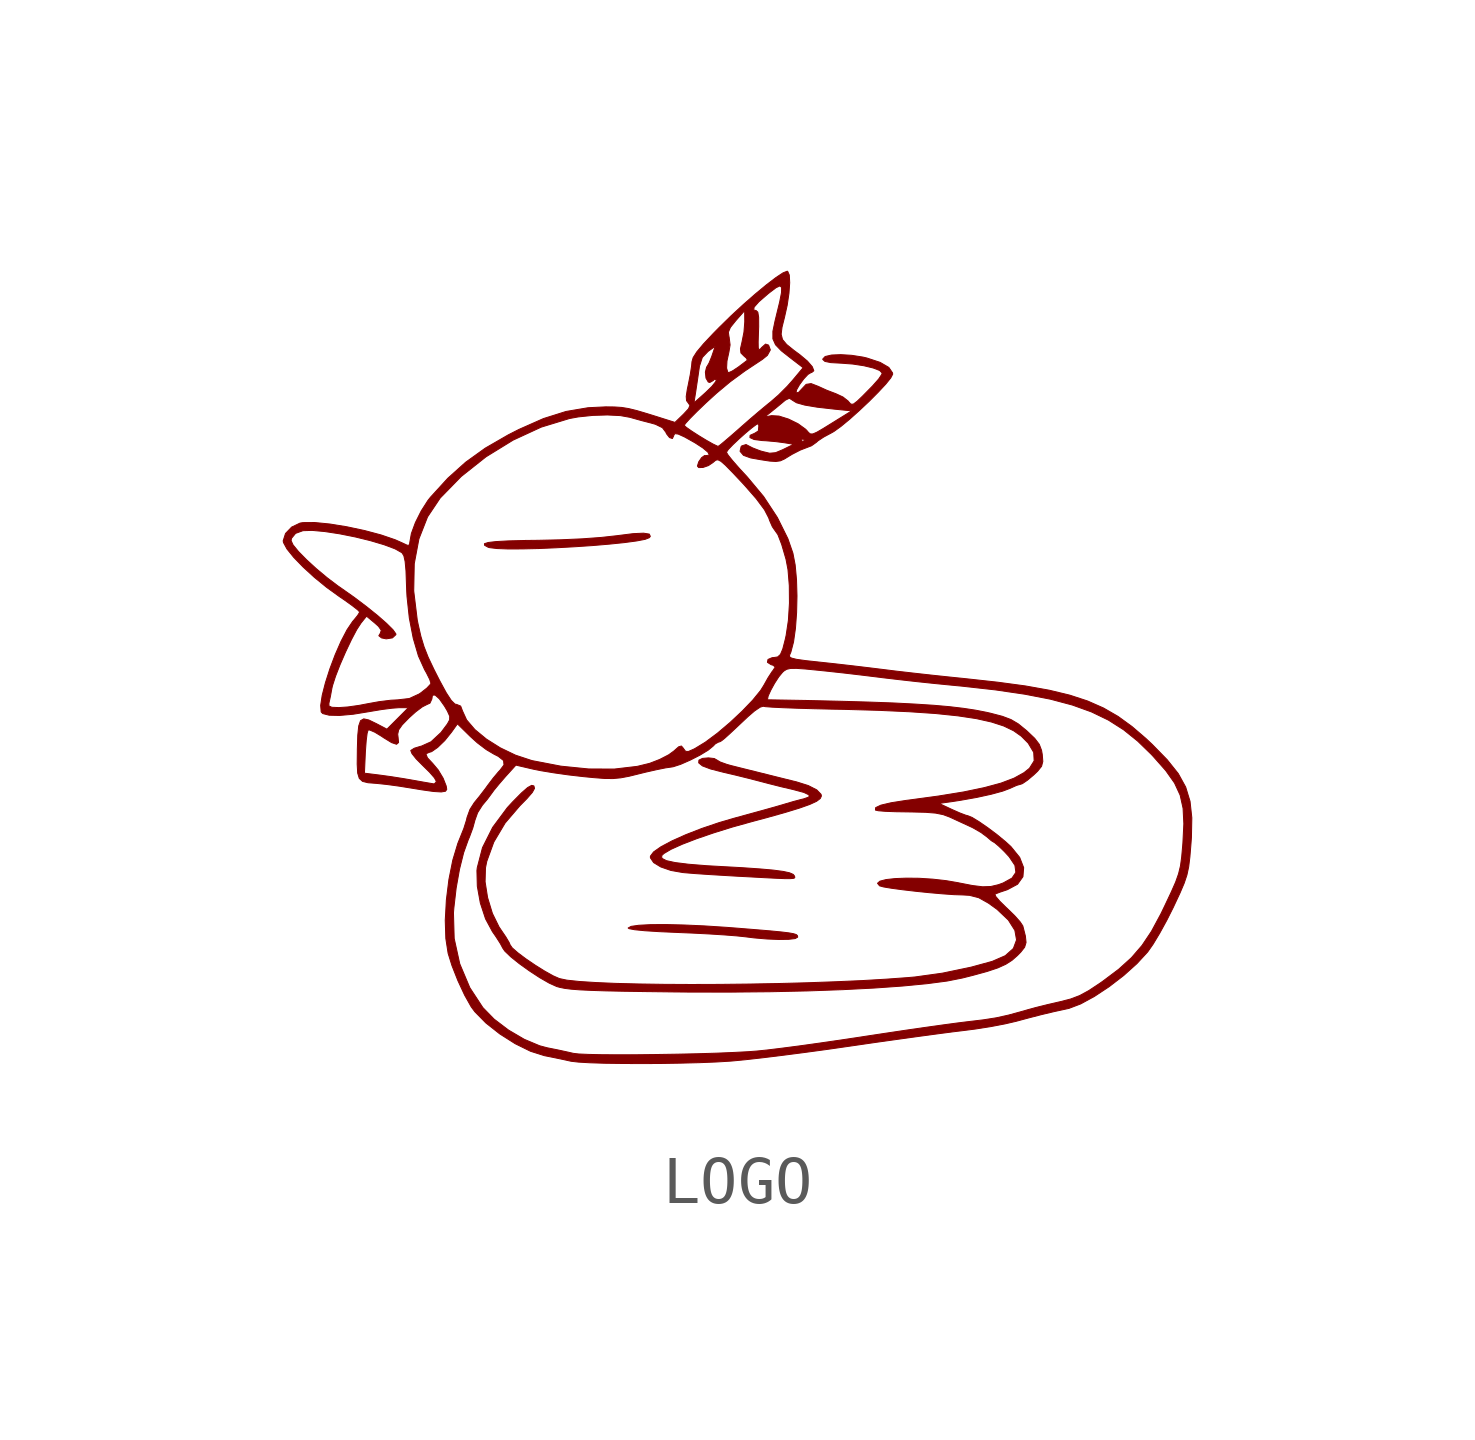
<source format=kicad_sym>
(kicad_symbol_lib
  (version 20220914)
  (generator bitmap2component)
  (symbol "LOGO"
    (pin_names
      (offset 1.016))
    (property "Reference" "#G"
      (at 0 8.986 0)
      (effects (font (size 1.27 1.27)) hide))
    (symbol "LOGO_0_0"
      (polyline (pts (xy -1.478 -7.249) (xy -1.067 -7.242) (xy -0.676 -7.232) (xy -0.324 -7.218) (xy -0.028 -7.2) (xy 0.01 -7.197) (xy 0.282 -7.171) (xy 0.638 -7.131) (xy 1.054 -7.08) (xy 1.509 -7.021) (xy 1.981 -6.957) (xy 2.446 -6.89) (xy 2.543 -6.876) (xy 3.004 -6.809) (xy 3.461 -6.745) (xy 3.893 -6.685) (xy 4.278 -6.633) (xy 4.596 -6.591) (xy 4.827 -6.563) (xy 5.071 -6.532) (xy 5.395 -6.481) (xy 5.694 -6.424) (xy 5.926 -6.37) (xy 6.186 -6.3) (xy 6.453 -6.231) (xy 6.709 -6.17) (xy 7.003 -6.106) (xy 7.029 -6.1) (xy 7.271 -6.008) (xy 7.557 -5.852) (xy 7.864 -5.649) (xy 8.167 -5.416) (xy 8.442 -5.169) (xy 8.666 -4.926) (xy 8.666 -4.926) (xy 8.779 -4.765) (xy 8.918 -4.534) (xy 9.066 -4.264) (xy 9.206 -3.986) (xy 9.217 -3.961) (xy 9.342 -3.694) (xy 9.428 -3.492) (xy 9.485 -3.321) (xy 9.522 -3.149) (xy 9.547 -2.944) (xy 9.569 -2.674) (xy 9.579 -2.538) (xy 9.587 -2.129) (xy 9.55 -1.787) (xy 9.459 -1.489) (xy 9.304 -1.208) (xy 9.074 -0.92) (xy 8.761 -0.6) (xy 8.627 -0.474) (xy 8.339 -0.227) (xy 8.05 -0.017) (xy 7.747 0.158) (xy 7.416 0.304) (xy 7.044 0.426) (xy 6.616 0.529) (xy 6.12 0.618) (xy 5.541 0.696) (xy 4.866 0.77) (xy 4.601 0.797) (xy 4.193 0.84) (xy 3.789 0.885) (xy 3.424 0.927) (xy 3.134 0.963) (xy 2.907 0.991) (xy 2.524 1.037) (xy 2.138 1.081) (xy 1.804 1.117) (xy 1.537 1.146) (xy 1.352 1.172) (xy 1.246 1.198) (xy 1.202 1.228) (xy 1.207 1.264) (xy 1.233 1.324) (xy 1.288 1.535) (xy 1.328 1.818) (xy 1.352 2.146) (xy 1.36 2.493) (xy 1.35 2.833) (xy 1.322 3.139) (xy 1.275 3.384) (xy 1.17 3.687) (xy 0.951 4.128) (xy 0.664 4.565) (xy 0.327 4.969) (xy 0.167 5.142) (xy 0.023 5.306) (xy -0.074 5.426) (xy -0.11 5.486) (xy -0.11 5.487) (xy -0.072 5.544) (xy 0.023 5.643) (xy 0.152 5.765) (xy 0.292 5.89) (xy 0.421 5.997) (xy 0.517 6.068) (xy 0.557 6.081) (xy 0.565 6.034) (xy 0.555 5.931) (xy 0.479 5.883) (xy 0.383 5.84) (xy 0.379 5.793) (xy 0.463 5.754) (xy 1.448 5.754) (xy 1.456 5.761) (xy 1.521 5.754) (xy 1.53 5.738) (xy 1.484 5.718) (xy 1.455 5.722) (xy 1.448 5.754) (xy 0.463 5.754) (xy 0.465 5.753) (xy 0.632 5.731) (xy 0.71 5.727) (xy 0.924 5.708) (xy 1.099 5.685) (xy 1.292 5.653) (xy 1.072 5.545) (xy 1.069 5.543) (xy 0.914 5.478) (xy 0.789 5.467) (xy 0.632 5.505) (xy 0.587 5.519) (xy 0.437 5.577) (xy 0.341 5.626) (xy 0.299 5.648) (xy 0.21 5.62) (xy 0.195 5.603) (xy 0.174 5.507) (xy 0.245 5.423) (xy 0.394 5.369) (xy 0.603 5.332) (xy 0.792 5.303) (xy 0.92 5.295) (xy 1.013 5.308) (xy 1.097 5.346) (xy 1.198 5.408) (xy 1.261 5.446) (xy 1.428 5.532) (xy 1.56 5.583) (xy 1.662 5.622) (xy 1.762 5.693) (xy 1.797 5.725) (xy 1.918 5.805) (xy 2.077 5.89) (xy 2.128 5.919) (xy 2.274 6.024) (xy 2.457 6.175) (xy 2.659 6.356) (xy 2.863 6.548) (xy 3.051 6.737) (xy 3.208 6.905) (xy 3.314 7.036) (xy 3.354 7.114) (xy 3.351 7.141) (xy 3.273 7.255) (xy 3.092 7.36) (xy 2.816 7.451) (xy 2.735 7.47) (xy 2.499 7.507) (xy 2.272 7.521) (xy 2.08 7.513) (xy 1.947 7.482) (xy 1.897 7.429) (xy 1.898 7.42) (xy 1.942 7.38) (xy 2.065 7.355) (xy 2.282 7.343) (xy 2.284 7.343) (xy 2.523 7.325) (xy 2.753 7.29) (xy 2.948 7.243) (xy 3.083 7.191) (xy 3.134 7.138) (xy 3.126 7.109) (xy 3.063 7.014) (xy 2.932 6.866) (xy 2.724 6.655) (xy 2.614 6.55) (xy 2.533 6.489) (xy 2.481 6.49) (xy 2.435 6.542) (xy 2.426 6.554) (xy 2.317 6.639) (xy 2.166 6.709) (xy 2.157 6.712) (xy 1.979 6.78) (xy 1.823 6.851) (xy 1.804 6.86) (xy 1.654 6.918) (xy 1.551 6.902) (xy 1.461 6.807) (xy 1.394 6.735) (xy 1.341 6.723) (xy 1.339 6.724) (xy 1.351 6.787) (xy 1.412 6.894) (xy 1.499 7.013) (xy 1.587 7.108) (xy 1.652 7.147) (xy 1.665 7.148) (xy 1.711 7.185) (xy 1.679 7.269) (xy 1.577 7.387) (xy 1.416 7.522) (xy 1.299 7.608) (xy 1.144 7.733) (xy 1.058 7.836) (xy 1.03 7.946) (xy 1.048 8.092) (xy 1.101 8.304) (xy 1.156 8.551) (xy 1.193 8.801) (xy 1.208 9.019) (xy 1.2 9.179) (xy 1.166 9.257) (xy 1.155 9.259) (xy 1.069 9.225) (xy 0.921 9.127) (xy 0.726 8.978) (xy 0.496 8.788) (xy 0.246 8.569) (xy -0.01 8.333) (xy -0.259 8.089) (xy -0.382 7.964) (xy -0.589 7.744) (xy -0.727 7.579) (xy -0.803 7.46) (xy -0.828 7.374) (xy -0.836 7.284) (xy -0.864 7.103) (xy -0.904 6.9) (xy -0.925 6.801) (xy -0.948 6.649) (xy -0.941 6.562) (xy -0.906 6.515) (xy -0.787 6.515) (xy -0.748 6.762) (xy -0.742 6.802) (xy -0.708 7.03) (xy -0.677 7.245) (xy -0.673 7.277) (xy -0.613 7.462) (xy -0.494 7.587) (xy -0.344 7.695) (xy -0.409 7.505) (xy -0.417 7.481) (xy -0.47 7.35) (xy -0.512 7.277) (xy -0.523 7.262) (xy -0.529 7.239) (xy -0.107 7.239) (xy -0.099 7.388) (xy -0.058 7.577) (xy -0.034 7.724) (xy -0.054 7.888) (xy -0.057 7.895) (xy -0.07 7.988) (xy -0.028 8.088) (xy 0.084 8.228) (xy 0.27 8.439) (xy 0.272 8.219) (xy 0.272 8.203) (xy 0.255 7.99) (xy 0.214 7.783) (xy 0.182 7.643) (xy 0.192 7.556) (xy 0.252 7.495) (xy 0.307 7.447) (xy 0.326 7.405) (xy 0.322 7.402) (xy 0.255 7.351) (xy 0.144 7.267) (xy 0.124 7.253) (xy 0.009 7.178) (xy -0.062 7.147) (xy -0.082 7.156) (xy -0.107 7.239) (xy -0.529 7.239) (xy -0.549 7.157) (xy -0.536 7.032) (xy -0.489 6.951) (xy -0.457 6.941) (xy -0.386 6.981) (xy -0.362 7.008) (xy -0.319 7.002) (xy -0.334 6.957) (xy -0.414 6.858) (xy -0.54 6.735) (xy -0.787 6.515) (xy -0.906 6.515) (xy -0.902 6.51) (xy -0.871 6.463) (xy -0.9 6.393) (xy -1.005 6.28) (xy -1.182 6.109) (xy -1.539 6.222) (xy -1.75 6.288) (xy -1.976 6.355) (xy -2.147 6.397) (xy -2.293 6.421) (xy -2.443 6.431) (xy -2.626 6.433) (xy -2.993 6.415) (xy -3.453 6.337) (xy -3.923 6.189) (xy -4.433 5.963) (xy -4.657 5.849) (xy -5.135 5.573) (xy -5.544 5.279) (xy -5.915 4.946) (xy -6.277 4.55) (xy -6.33 4.483) (xy -6.47 4.264) (xy -6.591 4.022) (xy -6.675 3.794) (xy -6.707 3.614) (xy -6.715 3.555) (xy -6.758 3.548) (xy -6.867 3.599) (xy -7.013 3.664) (xy -7.306 3.764) (xy -7.651 3.856) (xy -8.017 3.934) (xy -8.374 3.992) (xy -8.69 4.023) (xy -8.934 4.021) (xy -8.995 4.011) (xy -9.169 3.928) (xy -9.297 3.795) (xy -9.345 3.645) (xy -9.181 3.645) (xy -9.173 3.693) (xy -9.088 3.797) (xy -8.934 3.853) (xy -8.743 3.859) (xy -8.48 3.835) (xy -8.172 3.788) (xy -7.847 3.723) (xy -7.529 3.645) (xy -7.243 3.56) (xy -7.016 3.475) (xy -6.872 3.394) (xy -6.872 3.394) (xy -6.832 3.332) (xy -6.805 3.211) (xy -6.787 3.015) (xy -6.777 2.726) (xy -6.772 2.597) (xy -6.626 2.597) (xy -6.615 3.164) (xy -6.518 3.681) (xy -6.338 4.14) (xy -6.075 4.533) (xy -5.637 4.982) (xy -5.12 5.392) (xy -4.555 5.74) (xy -3.968 6.011) (xy -3.381 6.19) (xy -3.195 6.224) (xy -2.895 6.255) (xy -2.591 6.264) (xy -2.321 6.251) (xy -2.121 6.215) (xy -2.066 6.199) (xy -1.883 6.148) (xy -1.686 6.097) (xy -1.59 6.07) (xy -1.543 6.047) (xy -0.99 6.047) (xy -0.961 6.09) (xy -0.866 6.194) (xy -0.721 6.34) (xy -0.541 6.513) (xy -0.316 6.718) (xy -0.031 6.956) (xy 0.274 7.18) (xy 0.639 7.422) (xy 0.743 7.506) (xy 0.805 7.62) (xy 0.768 7.72) (xy 0.705 7.741) (xy 0.624 7.67) (xy 0.599 7.64) (xy 0.568 7.621) (xy 0.553 7.664) (xy 0.551 7.784) (xy 0.558 7.999) (xy 0.562 8.105) (xy 0.561 8.3) (xy 0.544 8.406) (xy 0.509 8.439) (xy 0.458 8.452) (xy 0.467 8.511) (xy 0.565 8.622) (xy 0.754 8.786) (xy 0.794 8.818) (xy 0.922 8.915) (xy 1.003 8.953) (xy 1.04 8.924) (xy 1.038 8.816) (xy 1 8.622) (xy 0.929 8.331) (xy 0.903 8.225) (xy 0.858 8.007) (xy 0.858 7.851) (xy 0.913 7.727) (xy 1.033 7.602) (xy 1.23 7.447) (xy 1.488 7.249) (xy 1.263 6.98) (xy 1.158 6.862) (xy 0.975 6.679) (xy 0.807 6.533) (xy 0.744 6.483) (xy 0.572 6.34) (xy 0.435 6.223) (xy 0.688 6.223) (xy 0.825 6.332) (xy 0.946 6.43) (xy 1.082 6.543) (xy 1.12 6.574) (xy 1.201 6.612) (xy 1.262 6.574) (xy 1.263 6.572) (xy 1.351 6.518) (xy 1.521 6.47) (xy 1.782 6.426) (xy 2.144 6.385) (xy 2.501 6.35) (xy 2.199 6.163) (xy 2.109 6.107) (xy 1.907 5.982) (xy 1.775 5.905) (xy 1.692 5.869) (xy 1.642 5.868) (xy 1.604 5.895) (xy 1.561 5.945) (xy 1.538 5.968) (xy 1.381 6.082) (xy 1.183 6.179) (xy 0.985 6.241) (xy 0.831 6.25) (xy 0.688 6.223) (xy 0.435 6.223) (xy 0.366 6.164) (xy 0.158 5.981) (xy 0.031 5.869) (xy -0.125 5.735) (xy -0.235 5.643) (xy -0.282 5.61) (xy -0.297 5.614) (xy -0.389 5.658) (xy -0.529 5.737) (xy -0.687 5.833) (xy -0.836 5.929) (xy -0.946 6.006) (xy -0.99 6.047) (xy -1.543 6.047) (xy -1.444 5.999) (xy -1.371 5.902) (xy -1.359 5.873) (xy -1.296 5.793) (xy -1.236 5.773) (xy -1.21 5.828) (xy -1.209 5.836) (xy -1.186 5.875) (xy -1.115 5.866) (xy -0.981 5.805) (xy -0.771 5.687) (xy -0.756 5.678) (xy -0.6 5.576) (xy -0.497 5.49) (xy -0.47 5.439) (xy -0.482 5.424) (xy -0.551 5.416) (xy -0.565 5.419) (xy -0.627 5.375) (xy -0.687 5.288) (xy -0.715 5.199) (xy -0.688 5.168) (xy -0.599 5.17) (xy -0.486 5.209) (xy -0.387 5.276) (xy -0.377 5.285) (xy -0.333 5.322) (xy -0.286 5.33) (xy -0.224 5.298) (xy -0.13 5.216) (xy 0.009 5.074) (xy 0.209 4.862) (xy 0.262 4.805) (xy 0.512 4.519) (xy 0.683 4.289) (xy 0.771 4.12) (xy 0.789 4.067) (xy 0.847 3.935) (xy 0.893 3.868) (xy 0.895 3.866) (xy 0.962 3.771) (xy 1.041 3.567) (xy 1.132 3.255) (xy 1.173 3.038) (xy 1.2 2.708) (xy 1.203 2.343) (xy 1.181 1.984) (xy 1.134 1.672) (xy 1.114 1.582) (xy 1.064 1.388) (xy 1.016 1.275) (xy 0.958 1.222) (xy 0.88 1.21) (xy 0.843 1.207) (xy 0.756 1.17) (xy 0.744 1.11) (xy 0.821 1.061) (xy 0.86 1.05) (xy 0.907 1.013) (xy 0.861 0.941) (xy 0.84 0.915) (xy 0.758 0.789) (xy 0.67 0.632) (xy 0.602 0.523) (xy 0.437 0.321) (xy 0.217 0.092) (xy -0.035 -0.144) (xy -0.297 -0.366) (xy -0.548 -0.553) (xy -0.764 -0.685) (xy -0.791 -0.699) (xy -0.903 -0.748) (xy -0.961 -0.745) (xy -1.004 -0.688) (xy -1.006 -0.683) (xy -1.048 -0.634) (xy -1.105 -0.65) (xy -1.207 -0.74) (xy -1.313 -0.817) (xy -1.501 -0.914) (xy -1.71 -0.995) (xy -1.969 -1.058) (xy -2.446 -1.114) (xy -2.982 -1.112) (xy -3.558 -1.054) (xy -4.151 -0.94) (xy -4.177 -0.933) (xy -4.504 -0.825) (xy -4.822 -0.672) (xy -5.111 -0.49) (xy -5.352 -0.291) (xy -5.524 -0.09) (xy -5.61 0.098) (xy -5.648 0.198) (xy -5.73 0.232) (xy -5.767 0.24) (xy -5.844 0.316) (xy -5.948 0.475) (xy -6.085 0.727) (xy -6.205 0.963) (xy -6.326 1.218) (xy -6.412 1.437) (xy -6.477 1.652) (xy -6.533 1.897) (xy -6.552 1.989) (xy -6.626 2.597) (xy -6.772 2.597) (xy -6.766 2.483) (xy -6.718 2.034) (xy -6.636 1.611) (xy -6.528 1.243) (xy -6.399 0.957) (xy -6.359 0.887) (xy -6.293 0.754) (xy -6.268 0.676) (xy -6.277 0.653) (xy -6.352 0.573) (xy -6.477 0.475) (xy -6.513 0.45) (xy -6.718 0.356) (xy -6.958 0.328) (xy -7.105 0.32) (xy -7.348 0.29) (xy -7.587 0.247) (xy -7.764 0.213) (xy -7.997 0.18) (xy -8.182 0.167) (xy -8.186 0.167) (xy -8.332 0.173) (xy -8.393 0.201) (xy -8.393 0.261) (xy -8.389 0.275) (xy -8.361 0.405) (xy -8.331 0.569) (xy -8.318 0.625) (xy -8.256 0.818) (xy -8.161 1.062) (xy -8.046 1.326) (xy -7.926 1.579) (xy -7.814 1.791) (xy -7.724 1.929) (xy -7.609 2.072) (xy -7.434 1.926) (xy -7.361 1.861) (xy -7.302 1.777) (xy -7.322 1.716) (xy -7.353 1.664) (xy -7.297 1.619) (xy -7.199 1.599) (xy -7.07 1.619) (xy -6.997 1.687) (xy -6.999 1.704) (xy -7.059 1.789) (xy -7.191 1.92) (xy -7.378 2.084) (xy -7.608 2.269) (xy -7.866 2.464) (xy -8.137 2.655) (xy -8.204 2.701) (xy -8.431 2.873) (xy -8.656 3.061) (xy -8.86 3.248) (xy -9.027 3.418) (xy -9.14 3.556) (xy -9.181 3.645) (xy -9.345 3.645) (xy -9.346 3.641) (xy -9.34 3.606) (xy -9.268 3.473) (xy -9.127 3.298) (xy -8.932 3.097) (xy -8.699 2.883) (xy -8.442 2.673) (xy -8.178 2.482) (xy -8.075 2.412) (xy -7.909 2.293) (xy -7.795 2.204) (xy -7.752 2.159) (xy -7.753 2.155) (xy -7.794 2.087) (xy -7.88 1.982) (xy -7.898 1.962) (xy -8.016 1.787) (xy -8.14 1.549) (xy -8.262 1.27) (xy -8.373 0.975) (xy -8.466 0.684) (xy -8.533 0.422) (xy -8.565 0.212) (xy -8.554 0.076) (xy -8.521 0.042) (xy -8.388 0.008) (xy -8.172 0.003) (xy -7.888 0.028) (xy -7.551 0.083) (xy -7.523 0.088) (xy -7.288 0.127) (xy -7.076 0.154) (xy -6.928 0.165) (xy -6.737 0.165) (xy -6.96 -0.059) (xy -7.184 -0.283) (xy -7.413 -0.163) (xy -7.414 -0.163) (xy -7.563 -0.091) (xy -7.667 -0.068) (xy -7.734 -0.106) (xy -7.772 -0.216) (xy -7.792 -0.411) (xy -7.801 -0.705) (xy -7.801 -0.736) (xy -7.804 -1.011) (xy -7.794 -1.195) (xy -7.793 -1.2) (xy -7.653 -1.2) (xy -7.634 -0.769) (xy -7.631 -0.721) (xy -7.616 -0.52) (xy -7.597 -0.37) (xy -7.577 -0.301) (xy -7.541 -0.301) (xy -7.435 -0.347) (xy -7.292 -0.434) (xy -7.261 -0.456) (xy -7.087 -0.563) (xy -6.984 -0.598) (xy -6.942 -0.561) (xy -6.952 -0.453) (xy -6.96 -0.388) (xy -6.94 -0.298) (xy -6.866 -0.193) (xy -6.723 -0.046) (xy -6.584 0.079) (xy -6.445 0.183) (xy -6.35 0.231) (xy -6.288 0.259) (xy -6.248 0.346) (xy -6.236 0.425) (xy -6.18 0.428) (xy -6.092 0.349) (xy -5.984 0.196) (xy -5.925 0.096) (xy -5.876 -0.012) (xy -5.878 -0.09) (xy -5.924 -0.174) (xy -6.057 -0.352) (xy -6.266 -0.546) (xy -6.47 -0.638) (xy -6.483 -0.64) (xy -6.614 -0.68) (xy -6.687 -0.726) (xy -6.688 -0.727) (xy -6.663 -0.791) (xy -6.574 -0.903) (xy -6.439 -1.039) (xy -6.435 -1.043) (xy -6.295 -1.181) (xy -6.195 -1.296) (xy -6.158 -1.364) (xy -6.16 -1.386) (xy -6.199 -1.424) (xy -6.2 -1.424) (xy -6.277 -1.411) (xy -6.429 -1.385) (xy -6.625 -1.35) (xy -6.827 -1.315) (xy -7.099 -1.272) (xy -7.332 -1.24) (xy -7.653 -1.2) (xy -7.793 -1.2) (xy -7.76 -1.309) (xy -7.692 -1.371) (xy -7.579 -1.399) (xy -7.413 -1.412) (xy -7.378 -1.415) (xy -7.181 -1.436) (xy -6.931 -1.47) (xy -6.676 -1.511) (xy -6.464 -1.546) (xy -6.215 -1.581) (xy -6.053 -1.591) (xy -5.964 -1.576) (xy -5.938 -1.538) (xy -5.949 -1.468) (xy -6.013 -1.305) (xy -6.117 -1.132) (xy -6.233 -0.994) (xy -6.341 -0.879) (xy -6.372 -0.797) (xy -6.309 -0.768) (xy -6.253 -0.751) (xy -6.127 -0.663) (xy -5.98 -0.521) (xy -5.84 -0.347) (xy -5.715 -0.172) (xy -5.446 -0.436) (xy -5.301 -0.567) (xy -5.114 -0.709) (xy -4.954 -0.804) (xy -4.863 -0.85) (xy -4.754 -0.937) (xy -4.745 -1.028) (xy -4.829 -1.139) (xy -4.863 -1.175) (xy -4.971 -1.304) (xy -5.087 -1.457) (xy -5.13 -1.517) (xy -5.257 -1.683) (xy -5.364 -1.814) (xy -5.454 -1.955) (xy -5.516 -2.126) (xy -5.526 -2.174) (xy -5.582 -2.352) (xy -5.657 -2.539) (xy -5.707 -2.663) (xy -5.812 -3.012) (xy -5.893 -3.416) (xy -5.946 -3.844) (xy -5.96 -4.11) (xy -5.798 -4.11) (xy -5.79 -4.011) (xy -5.742 -3.595) (xy -5.672 -3.201) (xy -5.586 -2.857) (xy -5.492 -2.594) (xy -5.466 -2.534) (xy -5.395 -2.342) (xy -5.351 -2.181) (xy -5.295 -2.024) (xy -5.197 -1.869) (xy -5.091 -1.742) (xy -4.998 -1.616) (xy -4.953 -1.554) (xy -4.841 -1.418) (xy -4.709 -1.266) (xy -4.497 -1.032) (xy -4.132 -1.117) (xy -3.972 -1.149) (xy -3.705 -1.193) (xy -3.401 -1.236) (xy -3.097 -1.271) (xy -2.883 -1.292) (xy -2.652 -1.31) (xy -2.473 -1.312) (xy -2.313 -1.297) (xy -2.138 -1.264) (xy -1.915 -1.209) (xy -1.794 -1.179) (xy -1.564 -1.127) (xy -1.377 -1.089) (xy -1.264 -1.073) (xy -1.22 -1.066) (xy -1.063 -1.015) (xy -0.865 -0.928) (xy -0.663 -0.825) (xy -0.492 -0.721) (xy -0.389 -0.637) (xy -0.34 -0.587) (xy -0.271 -0.55) (xy -0.249 -0.546) (xy -0.212 -0.525) (xy -0.15 -0.476) (xy -0.05 -0.386) (xy 0.103 -0.243) (xy 0.322 -0.037) (xy 0.331 -0.028) (xy 0.476 0.097) (xy 0.593 0.176) (xy 0.656 0.195) (xy 0.704 0.186) (xy 0.851 0.175) (xy 1.079 0.164) (xy 1.374 0.153) (xy 1.72 0.143) (xy 2.101 0.134) (xy 2.334 0.13) (xy 3.07 0.109) (xy 3.706 0.08) (xy 4.25 0.043) (xy 4.711 -0.005) (xy 5.096 -0.063) (xy 5.413 -0.134) (xy 5.669 -0.217) (xy 5.874 -0.316) (xy 6.034 -0.429) (xy 6.178 -0.574) (xy 6.293 -0.767) (xy 6.302 -0.943) (xy 6.204 -1.098) (xy 6.089 -1.19) (xy 5.883 -1.304) (xy 5.611 -1.407) (xy 5.263 -1.501) (xy 4.832 -1.591) (xy 4.309 -1.676) (xy 3.684 -1.761) (xy 3.634 -1.767) (xy 3.322 -1.816) (xy 3.109 -1.866) (xy 2.999 -1.918) (xy 2.995 -1.969) (xy 3.056 -1.983) (xy 3.204 -1.995) (xy 3.418 -2.003) (xy 3.674 -2.007) (xy 3.748 -2.008) (xy 4.038 -2.015) (xy 4.249 -2.032) (xy 4.407 -2.064) (xy 4.536 -2.112) (xy 4.565 -2.125) (xy 4.775 -2.222) (xy 4.979 -2.316) (xy 5.025 -2.338) (xy 5.193 -2.435) (xy 5.32 -2.529) (xy 5.409 -2.606) (xy 5.463 -2.639) (xy 5.484 -2.652) (xy 5.566 -2.722) (xy 5.682 -2.834) (xy 5.78 -2.94) (xy 5.901 -3.12) (xy 5.921 -3.267) (xy 5.84 -3.386) (xy 5.657 -3.487) (xy 5.556 -3.524) (xy 5.399 -3.561) (xy 5.229 -3.567) (xy 5.016 -3.541) (xy 4.728 -3.485) (xy 4.728 -3.484) (xy 4.466 -3.439) (xy 4.188 -3.408) (xy 3.908 -3.39) (xy 3.642 -3.387) (xy 3.406 -3.396) (xy 3.216 -3.417) (xy 3.088 -3.45) (xy 3.038 -3.494) (xy 3.081 -3.548) (xy 3.083 -3.548) (xy 3.167 -3.571) (xy 3.337 -3.599) (xy 3.568 -3.63) (xy 3.836 -3.661) (xy 4.119 -3.69) (xy 4.392 -3.714) (xy 4.632 -3.731) (xy 4.815 -3.737) (xy 4.954 -3.745) (xy 5.146 -3.794) (xy 5.348 -3.907) (xy 5.527 -4.036) (xy 5.764 -4.26) (xy 5.9 -4.475) (xy 5.935 -4.674) (xy 5.869 -4.852) (xy 5.7 -5.003) (xy 5.429 -5.121) (xy 4.987 -5.242) (xy 4.389 -5.367) (xy 3.821 -5.446) (xy 3.675 -5.459) (xy 3.222 -5.492) (xy 2.713 -5.522) (xy 2.161 -5.546) (xy 1.576 -5.567) (xy 0.971 -5.583) (xy 0.358 -5.594) (xy -0.252 -5.601) (xy -0.847 -5.603) (xy -1.415 -5.6) (xy -1.943 -5.592) (xy -2.421 -5.58) (xy -2.837 -5.562) (xy -3.178 -5.54) (xy -3.433 -5.513) (xy -3.59 -5.48) (xy -3.72 -5.423) (xy -3.899 -5.323) (xy -4.097 -5.199) (xy -4.291 -5.067) (xy -4.457 -4.942) (xy -4.574 -4.84) (xy -4.618 -4.776) (xy -4.638 -4.728) (xy -4.707 -4.612) (xy -4.809 -4.462) (xy -4.848 -4.404) (xy -4.987 -4.121) (xy -5.087 -3.792) (xy -5.139 -3.462) (xy -5.131 -3.173) (xy -5.104 -3.038) (xy -4.957 -2.634) (xy -4.722 -2.239) (xy -4.414 -1.879) (xy -4.269 -1.732) (xy -4.155 -1.601) (xy -4.109 -1.516) (xy -4.122 -1.465) (xy -4.169 -1.454) (xy -4.252 -1.499) (xy -4.38 -1.611) (xy -4.566 -1.799) (xy -4.675 -1.917) (xy -4.981 -2.329) (xy -5.193 -2.751) (xy -5.302 -3.17) (xy -5.309 -3.23) (xy -5.301 -3.555) (xy -5.238 -3.905) (xy -5.129 -4.236) (xy -4.985 -4.503) (xy -4.912 -4.608) (xy -4.82 -4.752) (xy -4.77 -4.846) (xy -4.728 -4.907) (xy -4.604 -5.026) (xy -4.426 -5.169) (xy -4.217 -5.319) (xy -4.002 -5.46) (xy -3.804 -5.574) (xy -3.647 -5.645) (xy -3.582 -5.663) (xy -3.479 -5.684) (xy -3.342 -5.701) (xy -3.161 -5.715) (xy -2.925 -5.726) (xy -2.623 -5.736) (xy -2.244 -5.744) (xy -1.776 -5.751) (xy -1.21 -5.758) (xy -0.897 -5.761) (xy -0.033 -5.762) (xy 0.795 -5.754) (xy 1.577 -5.737) (xy 2.305 -5.711) (xy 2.97 -5.677) (xy 3.561 -5.635) (xy 4.071 -5.586) (xy 4.489 -5.531) (xy 4.806 -5.468) (xy 5.024 -5.413) (xy 5.323 -5.331) (xy 5.545 -5.257) (xy 5.71 -5.182) (xy 5.84 -5.099) (xy 5.954 -4.999) (xy 6.023 -4.928) (xy 6.103 -4.827) (xy 6.133 -4.727) (xy 6.119 -4.592) (xy 6.067 -4.388) (xy 6.066 -4.383) (xy 6.008 -4.296) (xy 5.893 -4.167) (xy 5.742 -4.02) (xy 5.715 -3.995) (xy 5.583 -3.865) (xy 5.5 -3.767) (xy 5.484 -3.722) (xy 5.495 -3.716) (xy 5.59 -3.679) (xy 5.734 -3.631) (xy 5.747 -3.626) (xy 5.956 -3.514) (xy 6.068 -3.357) (xy 6.083 -3.168) (xy 6 -2.955) (xy 5.817 -2.729) (xy 5.704 -2.626) (xy 5.527 -2.48) (xy 5.335 -2.336) (xy 5.154 -2.211) (xy 5.008 -2.122) (xy 4.921 -2.087) (xy 4.878 -2.076) (xy 4.754 -2.029) (xy 4.593 -1.958) (xy 4.32 -1.83) (xy 4.593 -1.792) (xy 4.768 -1.765) (xy 5.106 -1.705) (xy 5.407 -1.639) (xy 5.649 -1.573) (xy 5.805 -1.514) (xy 5.81 -1.511) (xy 5.937 -1.454) (xy 6.023 -1.43) (xy 6.058 -1.417) (xy 6.161 -1.347) (xy 6.292 -1.237) (xy 6.374 -1.159) (xy 6.456 -1.057) (xy 6.482 -0.956) (xy 6.471 -0.811) (xy 6.456 -0.724) (xy 6.408 -0.598) (xy 6.313 -0.474) (xy 6.15 -0.319) (xy 6.131 -0.303) (xy 5.97 -0.172) (xy 5.819 -0.083) (xy 5.639 -0.015) (xy 5.39 0.05) (xy 5.301 0.07) (xy 5.076 0.114) (xy 4.824 0.152) (xy 4.537 0.186) (xy 4.206 0.215) (xy 3.82 0.24) (xy 3.371 0.263) (xy 2.849 0.282) (xy 2.246 0.299) (xy 1.551 0.315) (xy 0.755 0.329) (xy 0.745 0.338) (xy 0.76 0.41) (xy 0.815 0.531) (xy 0.893 0.673) (xy 0.98 0.807) (xy 1.059 0.903) (xy 1.089 0.93) (xy 1.146 0.965) (xy 1.224 0.982) (xy 1.346 0.984) (xy 1.534 0.971) (xy 1.808 0.944) (xy 1.972 0.927) (xy 2.347 0.886) (xy 2.737 0.84) (xy 3.079 0.798) (xy 3.148 0.789) (xy 3.463 0.752) (xy 3.836 0.71) (xy 4.225 0.669) (xy 4.591 0.633) (xy 4.791 0.614) (xy 5.498 0.535) (xy 6.11 0.445) (xy 6.64 0.342) (xy 7.098 0.22) (xy 7.497 0.076) (xy 7.849 -0.094) (xy 8.166 -0.296) (xy 8.459 -0.532) (xy 8.742 -0.807) (xy 8.785 -0.853) (xy 9.044 -1.146) (xy 9.227 -1.405) (xy 9.344 -1.658) (xy 9.405 -1.932) (xy 9.421 -2.255) (xy 9.401 -2.657) (xy 9.397 -2.707) (xy 9.376 -2.945) (xy 9.351 -3.131) (xy 9.311 -3.296) (xy 9.25 -3.469) (xy 9.157 -3.68) (xy 9.025 -3.96) (xy 8.944 -4.128) (xy 8.747 -4.494) (xy 8.549 -4.79) (xy 8.329 -5.045) (xy 8.064 -5.285) (xy 7.732 -5.535) (xy 7.672 -5.577) (xy 7.441 -5.73) (xy 7.25 -5.834) (xy 7.06 -5.906) (xy 6.834 -5.964) (xy 6.819 -5.967) (xy 6.573 -6.024) (xy 6.336 -6.083) (xy 6.158 -6.132) (xy 6.055 -6.162) (xy 5.766 -6.241) (xy 5.513 -6.297) (xy 5.247 -6.339) (xy 4.92 -6.378) (xy 4.903 -6.38) (xy 4.694 -6.406) (xy 4.398 -6.446) (xy 4.035 -6.497) (xy 3.626 -6.556) (xy 3.191 -6.621) (xy 2.749 -6.688) (xy 2.713 -6.694) (xy 2.267 -6.761) (xy 1.825 -6.825) (xy 1.409 -6.883) (xy 1.04 -6.931) (xy 0.737 -6.968) (xy 0.522 -6.99) (xy 0.349 -7.003) (xy 0.045 -7.019) (xy -0.314 -7.034) (xy -0.712 -7.046) (xy -1.131 -7.055) (xy -1.556 -7.062) (xy -1.97 -7.067) (xy -2.357 -7.068) (xy -2.699 -7.066) (xy -2.982 -7.06) (xy -3.187 -7.051) (xy -3.299 -7.038) (xy -3.417 -7.011) (xy -3.624 -6.966) (xy -3.844 -6.922) (xy -4.002 -6.88) (xy -4.323 -6.745) (xy -4.652 -6.552) (xy -4.951 -6.325) (xy -5.185 -6.085) (xy -5.457 -5.67) (xy -5.667 -5.172) (xy -5.783 -4.644) (xy -5.798 -4.11) (xy -5.96 -4.11) (xy -5.969 -4.264) (xy -5.957 -4.644) (xy -5.909 -4.954) (xy -5.829 -5.21) (xy -5.706 -5.522) (xy -5.565 -5.825) (xy -5.428 -6.069) (xy -5.352 -6.171) (xy -5.123 -6.404) (xy -4.833 -6.633) (xy -4.512 -6.837) (xy -4.191 -6.995) (xy -3.903 -7.086) (xy -3.727 -7.121) (xy -3.512 -7.166) (xy -3.354 -7.201) (xy -3.344 -7.203) (xy -3.196 -7.22) (xy -2.958 -7.234) (xy -2.65 -7.244) (xy -2.288 -7.249) (xy -1.891 -7.251) (xy -1.478 -7.249)) (stroke (width 0.01) (type default)) (fill (type outline)))
      (polyline (pts (xy 1.185 -4.662) (xy 1.323 -4.646) (xy 1.375 -4.616) (xy 1.374 -4.611) (xy 1.369 -4.585) (xy 1.345 -4.563) (xy 1.289 -4.545) (xy 1.189 -4.527) (xy 1.031 -4.508) (xy 0.803 -4.486) (xy 0.491 -4.46) (xy 0.083 -4.427) (xy -0.111 -4.412) (xy -0.572 -4.382) (xy -0.998 -4.363) (xy -1.375 -4.354) (xy -1.692 -4.356) (xy -1.937 -4.369) (xy -2.096 -4.392) (xy -2.158 -4.426) (xy -2.138 -4.44) (xy -2.022 -4.462) (xy -1.809 -4.483) (xy -1.508 -4.502) (xy -1.127 -4.519) (xy -0.817 -4.532) (xy -0.468 -4.55) (xy -0.153 -4.57) (xy 0.103 -4.59) (xy 0.275 -4.608) (xy 0.466 -4.632) (xy 0.735 -4.655) (xy 0.982 -4.665) (xy 1.185 -4.662)) (stroke (width 0.01) (type default)) (fill (type outline)))
      (polyline (pts (xy 1.285 -3.392) (xy 1.312 -3.381) (xy 1.314 -3.364) (xy 1.306 -3.34) (xy 1.281 -3.309) (xy 1.206 -3.276) (xy 1.073 -3.247) (xy 0.87 -3.22) (xy 0.589 -3.195) (xy 0.217 -3.169) (xy -0.253 -3.143) (xy -0.521 -3.128) (xy -0.902 -3.097) (xy -1.181 -3.062) (xy -1.364 -3.022) (xy -1.455 -2.974) (xy -1.46 -2.919) (xy -1.415 -2.875) (xy -1.266 -2.787) (xy -1.033 -2.682) (xy -0.732 -2.566) (xy -0.376 -2.444) (xy 0.019 -2.321) (xy 0.44 -2.204) (xy 0.728 -2.127) (xy 1.116 -2.018) (xy 1.413 -1.927) (xy 1.627 -1.851) (xy 1.768 -1.786) (xy 1.845 -1.728) (xy 1.869 -1.675) (xy 1.861 -1.64) (xy 1.772 -1.548) (xy 1.595 -1.458) (xy 1.347 -1.38) (xy 1.284 -1.365) (xy 0.898 -1.269) (xy 0.534 -1.178) (xy 0.22 -1.1) (xy -0.015 -1.041) (xy -0.104 -1.016) (xy -0.24 -0.967) (xy -0.307 -0.927) (xy -0.363 -0.895) (xy -0.484 -0.881) (xy -0.609 -0.892) (xy -0.683 -0.928) (xy -0.688 -0.985) (xy -0.611 -1.048) (xy -0.439 -1.113) (xy -0.165 -1.183) (xy 0.071 -1.238) (xy 0.358 -1.309) (xy 0.605 -1.373) (xy 0.776 -1.418) (xy 1.045 -1.486) (xy 1.281 -1.541) (xy 1.288 -1.543) (xy 1.504 -1.601) (xy 1.611 -1.652) (xy 1.61 -1.696) (xy 1.5 -1.735) (xy 1.457 -1.745) (xy 1.287 -1.79) (xy 1.1 -1.845) (xy 1.061 -1.857) (xy 0.888 -1.907) (xy 0.645 -1.975) (xy 0.358 -2.054) (xy 0.055 -2.137) (xy -0.269 -2.232) (xy -0.626 -2.353) (xy -0.957 -2.482) (xy -1.245 -2.611) (xy -1.474 -2.733) (xy -1.629 -2.842) (xy -1.694 -2.929) (xy -1.694 -2.964) (xy -1.627 -3.063) (xy -1.478 -3.154) (xy -1.27 -3.226) (xy -1.022 -3.27) (xy -0.979 -3.274) (xy -0.774 -3.291) (xy -0.499 -3.31) (xy -0.185 -3.329) (xy 0.138 -3.348) (xy 0.332 -3.358) (xy 0.676 -3.377) (xy 0.931 -3.39) (xy 1.108 -3.397) (xy 1.222 -3.397) (xy 1.285 -3.392)) (stroke (width 0.01) (type default)) (fill (type outline)))
      (polyline (pts (xy -4.365 3.473) (xy -4.024 3.481) (xy -3.655 3.497) (xy -3.273 3.518) (xy -2.898 3.543) (xy -2.546 3.573) (xy -2.235 3.605) (xy -1.981 3.639) (xy -1.803 3.673) (xy -1.717 3.707) (xy -1.696 3.734) (xy -1.717 3.782) (xy -1.838 3.801) (xy -2.055 3.791) (xy -2.364 3.752) (xy -2.404 3.747) (xy -2.721 3.712) (xy -3.117 3.683) (xy -3.566 3.663) (xy -4.041 3.652) (xy -4.301 3.649) (xy -4.656 3.64) (xy -4.911 3.626) (xy -5.074 3.607) (xy -5.152 3.582) (xy -5.15 3.549) (xy -5.076 3.508) (xy -5.043 3.499) (xy -4.892 3.481) (xy -4.66 3.472) (xy -4.365 3.473)) (stroke (width 0.01) (type default)) (fill (type outline))))))
</source>
